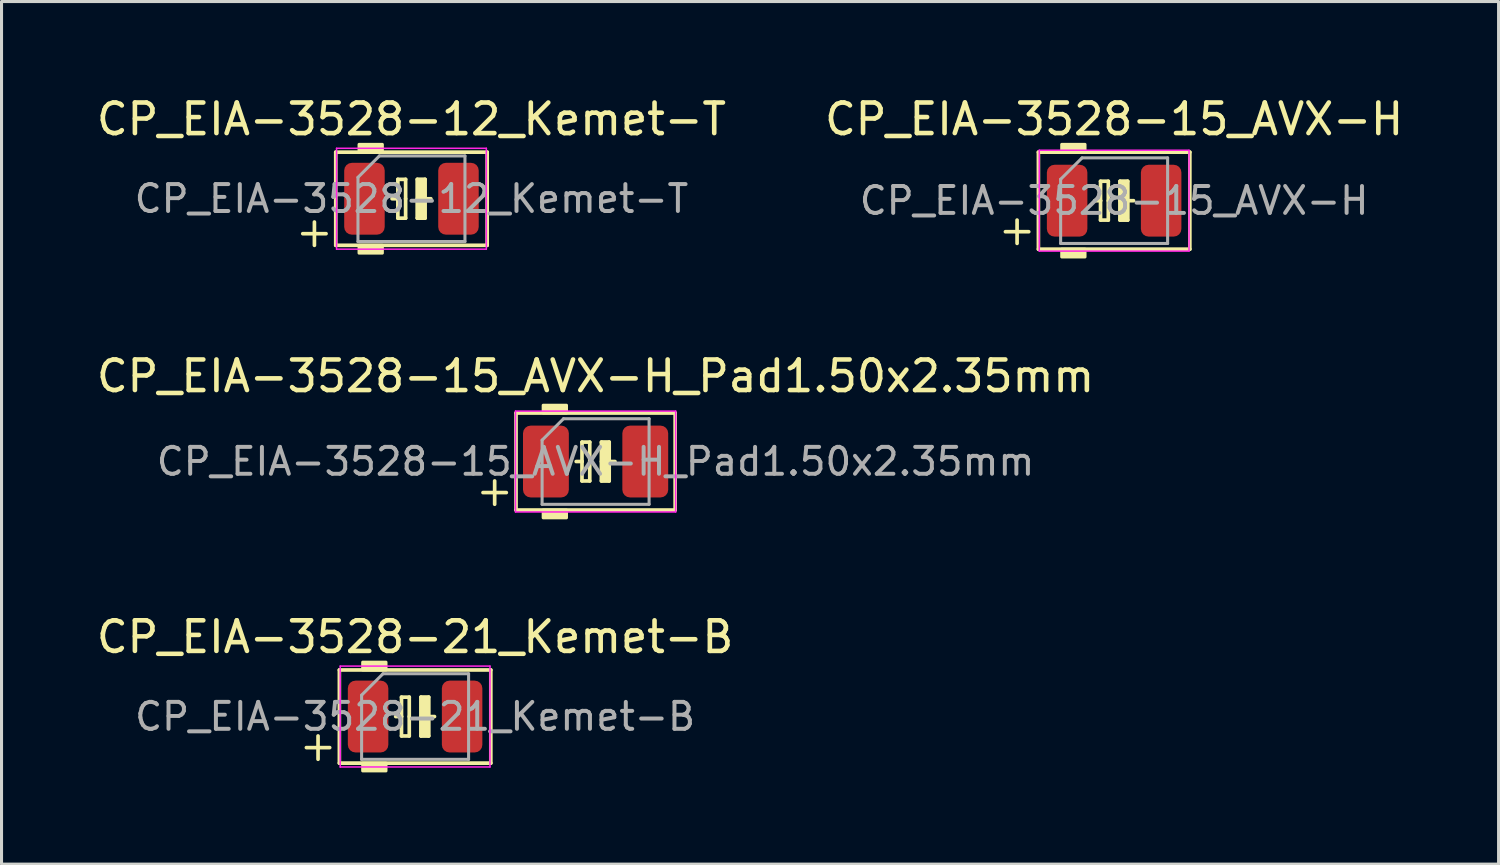
<source format=kicad_pcb>
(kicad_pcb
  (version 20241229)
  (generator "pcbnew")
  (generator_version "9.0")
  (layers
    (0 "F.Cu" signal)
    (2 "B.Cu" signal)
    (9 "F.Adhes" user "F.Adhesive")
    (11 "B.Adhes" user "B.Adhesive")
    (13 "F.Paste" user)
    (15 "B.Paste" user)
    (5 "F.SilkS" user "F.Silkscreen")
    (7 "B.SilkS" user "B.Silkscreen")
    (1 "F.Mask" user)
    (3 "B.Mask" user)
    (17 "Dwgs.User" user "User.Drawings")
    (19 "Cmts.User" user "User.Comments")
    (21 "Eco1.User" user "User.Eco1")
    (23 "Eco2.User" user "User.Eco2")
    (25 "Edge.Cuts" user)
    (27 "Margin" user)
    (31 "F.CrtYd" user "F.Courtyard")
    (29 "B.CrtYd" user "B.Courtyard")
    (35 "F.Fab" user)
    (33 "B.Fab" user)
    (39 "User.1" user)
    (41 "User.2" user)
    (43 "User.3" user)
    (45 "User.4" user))
  (footprint "CP_EIA-3528-21_Kemet-B"
    (layer "F.Cu")
    (at 10.53 20.392)
    (property "Reference" "CP_EIA-3528-21_Kemet-B" (at 0 -2.603 0) (layer "F.SilkS") (effects (font (size 1 1) (thickness 0.15))))
    (attr smd)
    (fp_line (start -3.556 1.016) (end -2.794 1.016) (stroke (width 0.12) (type solid)) (layer "F.SilkS"))
    (fp_line (start -3.175 0.635) (end -3.175 1.397) (stroke (width 0.12) (type solid)) (layer "F.SilkS"))
    (fp_line (start -2.477 -1.524) (end -2.477 1.524) (stroke (width 0.12) (type solid)) (layer "F.SilkS"))
    (fp_line (start -2.477 1.524) (end 2.477 1.524) (stroke (width 0.12) (type solid)) (layer "F.SilkS"))
    (fp_line (start -0.445 -0.635) (end -0.445 0) (stroke (width 0.12) (type solid)) (layer "F.SilkS"))
    (fp_line (start -0.445 -0.635) (end -0.191 -0.635) (stroke (width 0.12) (type solid)) (layer "F.SilkS"))
    (fp_line (start -0.445 0) (end -0.635 0) (stroke (width 0.12) (type solid)) (layer "F.SilkS"))
    (fp_line (start -0.445 0.635) (end -0.445 0) (stroke (width 0.12) (type solid)) (layer "F.SilkS"))
    (fp_line (start -0.191 -0.635) (end -0.191 0) (stroke (width 0.12) (type solid)) (layer "F.SilkS"))
    (fp_line (start -0.191 0.635) (end -0.445 0.635) (stroke (width 0.12) (type solid)) (layer "F.SilkS"))
    (fp_line (start -0.191 0.635) (end -0.191 0) (stroke (width 0.12) (type solid)) (layer "F.SilkS"))
    (fp_line (start 0.191 -0.635) (end 0.191 0) (stroke (width 0.12) (type solid)) (layer "F.SilkS"))
    (fp_line (start 0.191 -0.635) (end 0.445 -0.635) (stroke (width 0.12) (type solid)) (layer "F.SilkS"))
    (fp_line (start 0.191 0.635) (end 0.191 0) (stroke (width 0.12) (type solid)) (layer "F.SilkS"))
    (fp_line (start 0.445 -0.635) (end 0.445 0) (stroke (width 0.12) (type solid)) (layer "F.SilkS"))
    (fp_line (start 0.445 0) (end 0.635 0) (stroke (width 0.12) (type solid)) (layer "F.SilkS"))
    (fp_line (start 0.445 0.635) (end 0.191 0.635) (stroke (width 0.12) (type solid)) (layer "F.SilkS"))
    (fp_line (start 0.445 0.635) (end 0.445 0) (stroke (width 0.12) (type solid)) (layer "F.SilkS"))
    (fp_line (start 2.477 -1.524) (end -2.477 -1.524) (stroke (width 0.12) (type solid)) (layer "F.SilkS"))
    (fp_line (start 2.477 1.524) (end 2.477 -1.524) (stroke (width 0.12) (type solid)) (layer "F.SilkS"))
    (fp_poly (pts (xy -0.953 -1.524) (xy -1.714 -1.524) (xy -1.714 -1.778) (xy -0.953 -1.778)) (stroke (width 0.1) (type solid)) (fill yes) (layer "F.SilkS"))
    (fp_poly (pts (xy -0.953 1.778) (xy -1.714 1.778) (xy -1.714 1.524) (xy -0.953 1.524)) (stroke (width 0.1) (type solid)) (fill yes) (layer "F.SilkS"))
    (fp_poly (pts (xy 0.445 0.635) (xy 0.191 0.635) (xy 0.191 -0.635) (xy 0.445 -0.635)) (stroke (width 0.1) (type solid)) (fill yes) (layer "F.SilkS"))
    (fp_line (start -2.45 -1.65) (end 2.45 -1.65) (stroke (width 0.05) (type solid)) (layer "F.CrtYd"))
    (fp_line (start -2.45 1.65) (end -2.45 -1.65) (stroke (width 0.05) (type solid)) (layer "F.CrtYd"))
    (fp_line (start 2.45 -1.65) (end 2.45 1.65) (stroke (width 0.05) (type solid)) (layer "F.CrtYd"))
    (fp_line (start 2.45 1.65) (end -2.45 1.65) (stroke (width 0.05) (type solid)) (layer "F.CrtYd"))
    (fp_line (start -1.75 -0.7) (end -1.75 1.4) (stroke (width 0.1) (type solid)) (layer "F.Fab"))
    (fp_line (start -1.75 1.4) (end 1.75 1.4) (stroke (width 0.1) (type solid)) (layer "F.Fab"))
    (fp_line (start -1.05 -1.4) (end -1.75 -0.7) (stroke (width 0.1) (type solid)) (layer "F.Fab"))
    (fp_line (start 1.75 -1.4) (end -1.05 -1.4) (stroke (width 0.1) (type solid)) (layer "F.Fab"))
    (fp_line (start 1.75 1.4) (end 1.75 -1.4) (stroke (width 0.1) (type solid)) (layer "F.Fab"))
    (fp_text user "${REFERENCE}" (at 0 0 0) (layer "F.Fab") (effects (font (size 0.88 0.88) (thickness 0.13))))
    (pad "1" smd roundrect (at -1.538 0) (size 1.325 2.35) (layers "F.Cu" "F.Mask" "F.Paste") (roundrect_rratio 0.189))
    (pad "2" smd roundrect (at 1.538 0) (size 1.325 2.35) (layers "F.Cu" "F.Mask" "F.Paste") (roundrect_rratio 0.189)))
  (footprint "CP_EIA-3528-12_Kemet-T"
    (layer "F.Cu")
    (at 10.411 3.452)
    (property "Reference" "CP_EIA-3528-12_Kemet-T" (at 0 -2.603 0) (layer "F.SilkS") (effects (font (size 1 1) (thickness 0.15))))
    (attr smd)
    (fp_line (start -3.556 1.143) (end -2.794 1.143) (stroke (width 0.12) (type solid)) (layer "F.SilkS"))
    (fp_line (start -3.175 0.762) (end -3.175 1.524) (stroke (width 0.12) (type solid)) (layer "F.SilkS"))
    (fp_line (start -2.477 -1.524) (end 2.477 -1.524) (stroke (width 0.12) (type solid)) (layer "F.SilkS"))
    (fp_line (start -2.477 1.524) (end -2.477 -1.524) (stroke (width 0.12) (type solid)) (layer "F.SilkS"))
    (fp_line (start -0.445 -0.635) (end -0.445 0) (stroke (width 0.12) (type solid)) (layer "F.SilkS"))
    (fp_line (start -0.445 -0.635) (end -0.191 -0.635) (stroke (width 0.12) (type solid)) (layer "F.SilkS"))
    (fp_line (start -0.445 0) (end -0.635 0) (stroke (width 0.12) (type solid)) (layer "F.SilkS"))
    (fp_line (start -0.445 0.635) (end -0.445 0) (stroke (width 0.12) (type solid)) (layer "F.SilkS"))
    (fp_line (start -0.191 -0.635) (end -0.191 0) (stroke (width 0.12) (type solid)) (layer "F.SilkS"))
    (fp_line (start -0.191 0.635) (end -0.445 0.635) (stroke (width 0.12) (type solid)) (layer "F.SilkS"))
    (fp_line (start -0.191 0.635) (end -0.191 0) (stroke (width 0.12) (type solid)) (layer "F.SilkS"))
    (fp_line (start 0.191 -0.635) (end 0.191 0) (stroke (width 0.12) (type solid)) (layer "F.SilkS"))
    (fp_line (start 0.191 -0.635) (end 0.445 -0.635) (stroke (width 0.12) (type solid)) (layer "F.SilkS"))
    (fp_line (start 0.191 0.635) (end 0.191 0) (stroke (width 0.12) (type solid)) (layer "F.SilkS"))
    (fp_line (start 0.445 -0.635) (end 0.445 0) (stroke (width 0.12) (type solid)) (layer "F.SilkS"))
    (fp_line (start 0.445 0) (end 0.635 0) (stroke (width 0.12) (type solid)) (layer "F.SilkS"))
    (fp_line (start 0.445 0.635) (end 0.191 0.635) (stroke (width 0.12) (type solid)) (layer "F.SilkS"))
    (fp_line (start 0.445 0.635) (end 0.445 0) (stroke (width 0.12) (type solid)) (layer "F.SilkS"))
    (fp_line (start 2.477 -1.524) (end 2.477 1.524) (stroke (width 0.12) (type solid)) (layer "F.SilkS"))
    (fp_line (start 2.477 1.524) (end -2.477 1.524) (stroke (width 0.12) (type solid)) (layer "F.SilkS"))
    (fp_poly (pts (xy -0.953 -1.524) (xy -1.714 -1.524) (xy -1.714 -1.778) (xy -0.953 -1.778)) (stroke (width 0.1) (type solid)) (fill yes) (layer "F.SilkS"))
    (fp_poly (pts (xy -0.953 1.778) (xy -1.714 1.778) (xy -1.714 1.524) (xy -0.953 1.524)) (stroke (width 0.1) (type solid)) (fill yes) (layer "F.SilkS"))
    (fp_poly (pts (xy 0.445 0.635) (xy 0.191 0.635) (xy 0.191 -0.635) (xy 0.445 -0.635)) (stroke (width 0.1) (type solid)) (fill yes) (layer "F.SilkS"))
    (fp_line (start -2.45 -1.65) (end 2.45 -1.65) (stroke (width 0.05) (type solid)) (layer "F.CrtYd"))
    (fp_line (start -2.45 1.65) (end -2.45 -1.65) (stroke (width 0.05) (type solid)) (layer "F.CrtYd"))
    (fp_line (start 2.45 -1.65) (end 2.45 1.65) (stroke (width 0.05) (type solid)) (layer "F.CrtYd"))
    (fp_line (start 2.45 1.65) (end -2.45 1.65) (stroke (width 0.05) (type solid)) (layer "F.CrtYd"))
    (fp_line (start -1.75 -0.7) (end -1.75 1.4) (stroke (width 0.1) (type solid)) (layer "F.Fab"))
    (fp_line (start -1.75 1.4) (end 1.75 1.4) (stroke (width 0.1) (type solid)) (layer "F.Fab"))
    (fp_line (start -1.05 -1.4) (end -1.75 -0.7) (stroke (width 0.1) (type solid)) (layer "F.Fab"))
    (fp_line (start 1.75 -1.4) (end -1.05 -1.4) (stroke (width 0.1) (type solid)) (layer "F.Fab"))
    (fp_line (start 1.75 1.4) (end 1.75 -1.4) (stroke (width 0.1) (type solid)) (layer "F.Fab"))
    (fp_text user "${REFERENCE}" (at 0 0 0) (layer "F.Fab") (effects (font (size 0.88 0.88) (thickness 0.13))))
    (pad "1" smd roundrect (at -1.538 0) (size 1.325 2.35) (layers "F.Cu" "F.Mask" "F.Paste") (roundrect_rratio 0.189))
    (pad "2" smd roundrect (at 1.538 0) (size 1.325 2.35) (layers "F.Cu" "F.Mask" "F.Paste") (roundrect_rratio 0.189)))
  (footprint "CP_EIA-3528-15_AVX-H_Pad1.50x2.35mm"
    (layer "F.Cu")
    (at 16.435 12.049)
    (property "Reference" "CP_EIA-3528-15_AVX-H_Pad1.50x2.35mm" (at 0 -2.794 0) (layer "F.SilkS") (effects (font (size 1 1) (thickness 0.15))))
    (attr smd)
    (fp_line (start -3.683 1.016) (end -2.921 1.016) (stroke (width 0.12) (type solid)) (layer "F.SilkS"))
    (fp_line (start -3.302 0.635) (end -3.302 1.397) (stroke (width 0.12) (type solid)) (layer "F.SilkS"))
    (fp_line (start -2.603 -1.587) (end -2.603 1.587) (stroke (width 0.12) (type solid)) (layer "F.SilkS"))
    (fp_line (start -2.603 1.587) (end 2.603 1.587) (stroke (width 0.12) (type solid)) (layer "F.SilkS"))
    (fp_line (start -0.445 -0.635) (end -0.445 0) (stroke (width 0.12) (type solid)) (layer "F.SilkS"))
    (fp_line (start -0.445 -0.635) (end -0.191 -0.635) (stroke (width 0.12) (type solid)) (layer "F.SilkS"))
    (fp_line (start -0.445 0) (end -0.635 0) (stroke (width 0.12) (type solid)) (layer "F.SilkS"))
    (fp_line (start -0.445 0.635) (end -0.445 0) (stroke (width 0.12) (type solid)) (layer "F.SilkS"))
    (fp_line (start -0.191 -0.635) (end -0.191 0) (stroke (width 0.12) (type solid)) (layer "F.SilkS"))
    (fp_line (start -0.191 0.635) (end -0.445 0.635) (stroke (width 0.12) (type solid)) (layer "F.SilkS"))
    (fp_line (start -0.191 0.635) (end -0.191 0) (stroke (width 0.12) (type solid)) (layer "F.SilkS"))
    (fp_line (start 0.191 -0.635) (end 0.191 0) (stroke (width 0.12) (type solid)) (layer "F.SilkS"))
    (fp_line (start 0.191 -0.635) (end 0.445 -0.635) (stroke (width 0.12) (type solid)) (layer "F.SilkS"))
    (fp_line (start 0.191 0.635) (end 0.191 0) (stroke (width 0.12) (type solid)) (layer "F.SilkS"))
    (fp_line (start 0.445 -0.635) (end 0.445 0) (stroke (width 0.12) (type solid)) (layer "F.SilkS"))
    (fp_line (start 0.445 0) (end 0.635 0) (stroke (width 0.12) (type solid)) (layer "F.SilkS"))
    (fp_line (start 0.445 0.635) (end 0.191 0.635) (stroke (width 0.12) (type solid)) (layer "F.SilkS"))
    (fp_line (start 0.445 0.635) (end 0.445 0) (stroke (width 0.12) (type solid)) (layer "F.SilkS"))
    (fp_line (start 2.603 -1.587) (end -2.603 -1.587) (stroke (width 0.12) (type solid)) (layer "F.SilkS"))
    (fp_line (start 2.603 1.587) (end 2.603 -1.587) (stroke (width 0.12) (type solid)) (layer "F.SilkS"))
    (fp_poly (pts (xy -0.953 -1.587) (xy -1.714 -1.587) (xy -1.714 -1.841) (xy -0.953 -1.841)) (stroke (width 0.1) (type solid)) (fill yes) (layer "F.SilkS"))
    (fp_poly (pts (xy -0.953 1.841) (xy -1.714 1.841) (xy -1.714 1.587) (xy -0.953 1.587)) (stroke (width 0.1) (type solid)) (fill yes) (layer "F.SilkS"))
    (fp_poly (pts (xy 0.445 0.635) (xy 0.191 0.635) (xy 0.191 -0.635) (xy 0.445 -0.635)) (stroke (width 0.1) (type solid)) (fill yes) (layer "F.SilkS"))
    (fp_line (start -2.62 -1.65) (end 2.62 -1.65) (stroke (width 0.05) (type solid)) (layer "F.CrtYd"))
    (fp_line (start -2.62 1.65) (end -2.62 -1.65) (stroke (width 0.05) (type solid)) (layer "F.CrtYd"))
    (fp_line (start 2.62 -1.65) (end 2.62 1.65) (stroke (width 0.05) (type solid)) (layer "F.CrtYd"))
    (fp_line (start 2.62 1.65) (end -2.62 1.65) (stroke (width 0.05) (type solid)) (layer "F.CrtYd"))
    (fp_line (start -1.75 -0.7) (end -1.75 1.4) (stroke (width 0.1) (type solid)) (layer "F.Fab"))
    (fp_line (start -1.75 1.4) (end 1.75 1.4) (stroke (width 0.1) (type solid)) (layer "F.Fab"))
    (fp_line (start -1.05 -1.4) (end -1.75 -0.7) (stroke (width 0.1) (type solid)) (layer "F.Fab"))
    (fp_line (start 1.75 -1.4) (end -1.05 -1.4) (stroke (width 0.1) (type solid)) (layer "F.Fab"))
    (fp_line (start 1.75 1.4) (end 1.75 -1.4) (stroke (width 0.1) (type solid)) (layer "F.Fab"))
    (fp_text user "${REFERENCE}" (at 0 0 0) (layer "F.Fab") (effects (font (size 0.88 0.88) (thickness 0.13))))
    (pad "1" smd roundrect (at -1.625 0) (size 1.5 2.35) (layers "F.Cu" "F.Mask" "F.Paste") (roundrect_rratio 0.167))
    (pad "2" smd roundrect (at 1.625 0) (size 1.5 2.35) (layers "F.Cu" "F.Mask" "F.Paste") (roundrect_rratio 0.167)))
  (footprint "CP_EIA-3528-15_AVX-H"
    (layer "F.Cu")
    (at 33.399 3.515)
    (property "Reference" "CP_EIA-3528-15_AVX-H" (at 0 -2.667 0) (layer "F.SilkS") (effects (font (size 1 1) (thickness 0.15))))
    (attr smd)
    (fp_line (start -3.556 1.016) (end -2.794 1.016) (stroke (width 0.12) (type solid)) (layer "F.SilkS"))
    (fp_line (start -3.175 0.635) (end -3.175 1.397) (stroke (width 0.12) (type solid)) (layer "F.SilkS"))
    (fp_line (start -2.477 -1.587) (end -2.477 1.587) (stroke (width 0.12) (type solid)) (layer "F.SilkS"))
    (fp_line (start -2.477 1.587) (end 2.477 1.587) (stroke (width 0.12) (type solid)) (layer "F.SilkS"))
    (fp_line (start -0.445 -0.635) (end -0.445 0) (stroke (width 0.12) (type solid)) (layer "F.SilkS"))
    (fp_line (start -0.445 -0.635) (end -0.191 -0.635) (stroke (width 0.12) (type solid)) (layer "F.SilkS"))
    (fp_line (start -0.445 0) (end -0.635 0) (stroke (width 0.12) (type solid)) (layer "F.SilkS"))
    (fp_line (start -0.445 0.635) (end -0.445 0) (stroke (width 0.12) (type solid)) (layer "F.SilkS"))
    (fp_line (start -0.191 -0.635) (end -0.191 0) (stroke (width 0.12) (type solid)) (layer "F.SilkS"))
    (fp_line (start -0.191 0.635) (end -0.445 0.635) (stroke (width 0.12) (type solid)) (layer "F.SilkS"))
    (fp_line (start -0.191 0.635) (end -0.191 0) (stroke (width 0.12) (type solid)) (layer "F.SilkS"))
    (fp_line (start 0.191 -0.635) (end 0.191 0) (stroke (width 0.12) (type solid)) (layer "F.SilkS"))
    (fp_line (start 0.191 -0.635) (end 0.445 -0.635) (stroke (width 0.12) (type solid)) (layer "F.SilkS"))
    (fp_line (start 0.191 0.635) (end 0.191 0) (stroke (width 0.12) (type solid)) (layer "F.SilkS"))
    (fp_line (start 0.445 -0.635) (end 0.445 0) (stroke (width 0.12) (type solid)) (layer "F.SilkS"))
    (fp_line (start 0.445 0) (end 0.635 0) (stroke (width 0.12) (type solid)) (layer "F.SilkS"))
    (fp_line (start 0.445 0.635) (end 0.191 0.635) (stroke (width 0.12) (type solid)) (layer "F.SilkS"))
    (fp_line (start 0.445 0.635) (end 0.445 0) (stroke (width 0.12) (type solid)) (layer "F.SilkS"))
    (fp_line (start 2.477 -1.587) (end -2.477 -1.587) (stroke (width 0.12) (type solid)) (layer "F.SilkS"))
    (fp_line (start 2.477 1.587) (end 2.477 -1.587) (stroke (width 0.12) (type solid)) (layer "F.SilkS"))
    (fp_poly (pts (xy -0.953 -1.587) (xy -1.714 -1.587) (xy -1.714 -1.841) (xy -0.953 -1.841)) (stroke (width 0.1) (type solid)) (fill yes) (layer "F.SilkS"))
    (fp_poly (pts (xy -0.953 1.841) (xy -1.714 1.841) (xy -1.714 1.587) (xy -0.953 1.587)) (stroke (width 0.1) (type solid)) (fill yes) (layer "F.SilkS"))
    (fp_poly (pts (xy 0.445 0.635) (xy 0.191 0.635) (xy 0.191 -0.635) (xy 0.445 -0.635)) (stroke (width 0.1) (type solid)) (fill yes) (layer "F.SilkS"))
    (fp_line (start -2.45 -1.65) (end 2.45 -1.65) (stroke (width 0.05) (type solid)) (layer "F.CrtYd"))
    (fp_line (start -2.45 1.65) (end -2.45 -1.65) (stroke (width 0.05) (type solid)) (layer "F.CrtYd"))
    (fp_line (start 2.45 -1.65) (end 2.45 1.65) (stroke (width 0.05) (type solid)) (layer "F.CrtYd"))
    (fp_line (start 2.45 1.65) (end -2.45 1.65) (stroke (width 0.05) (type solid)) (layer "F.CrtYd"))
    (fp_line (start -1.75 -0.7) (end -1.75 1.4) (stroke (width 0.1) (type solid)) (layer "F.Fab"))
    (fp_line (start -1.75 1.4) (end 1.75 1.4) (stroke (width 0.1) (type solid)) (layer "F.Fab"))
    (fp_line (start -1.05 -1.4) (end -1.75 -0.7) (stroke (width 0.1) (type solid)) (layer "F.Fab"))
    (fp_line (start 1.75 -1.4) (end -1.05 -1.4) (stroke (width 0.1) (type solid)) (layer "F.Fab"))
    (fp_line (start 1.75 1.4) (end 1.75 -1.4) (stroke (width 0.1) (type solid)) (layer "F.Fab"))
    (fp_text user "${REFERENCE}" (at 0 0 0) (layer "F.Fab") (effects (font (size 0.88 0.88) (thickness 0.13))))
    (pad "1" smd roundrect (at -1.538 0) (size 1.325 2.35) (layers "F.Cu" "F.Mask" "F.Paste") (roundrect_rratio 0.189))
    (pad "2" smd roundrect (at 1.538 0) (size 1.325 2.35) (layers "F.Cu" "F.Mask" "F.Paste") (roundrect_rratio 0.189)))
  (gr_rect
    (start -3 -3)
    (end 45.976 25.22)
    (stroke (width 0.1) (type default))
    (fill no)
    (layer "Edge.Cuts")))
</source>
